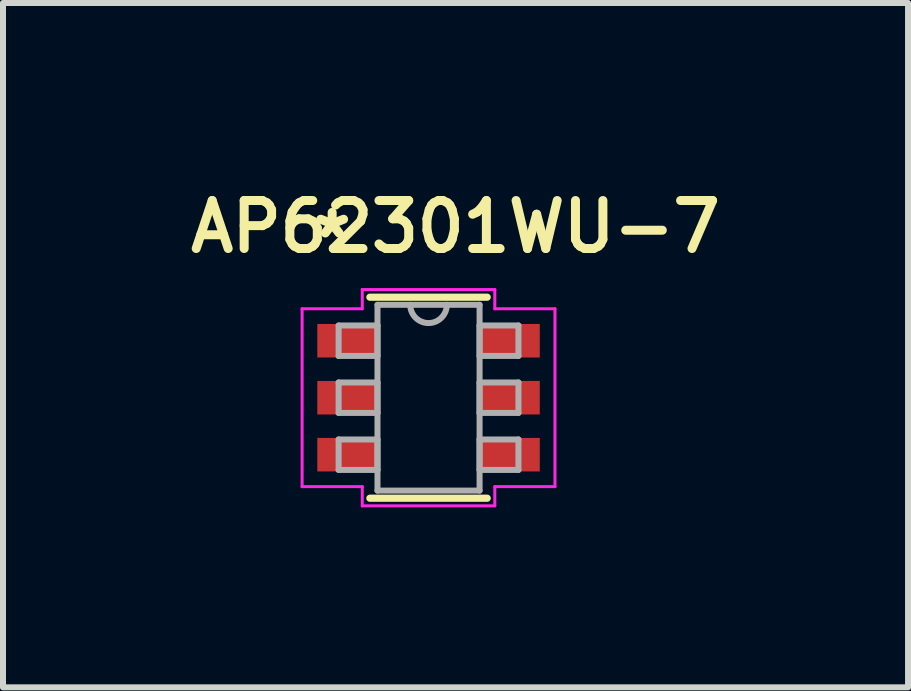
<source format=kicad_pcb>
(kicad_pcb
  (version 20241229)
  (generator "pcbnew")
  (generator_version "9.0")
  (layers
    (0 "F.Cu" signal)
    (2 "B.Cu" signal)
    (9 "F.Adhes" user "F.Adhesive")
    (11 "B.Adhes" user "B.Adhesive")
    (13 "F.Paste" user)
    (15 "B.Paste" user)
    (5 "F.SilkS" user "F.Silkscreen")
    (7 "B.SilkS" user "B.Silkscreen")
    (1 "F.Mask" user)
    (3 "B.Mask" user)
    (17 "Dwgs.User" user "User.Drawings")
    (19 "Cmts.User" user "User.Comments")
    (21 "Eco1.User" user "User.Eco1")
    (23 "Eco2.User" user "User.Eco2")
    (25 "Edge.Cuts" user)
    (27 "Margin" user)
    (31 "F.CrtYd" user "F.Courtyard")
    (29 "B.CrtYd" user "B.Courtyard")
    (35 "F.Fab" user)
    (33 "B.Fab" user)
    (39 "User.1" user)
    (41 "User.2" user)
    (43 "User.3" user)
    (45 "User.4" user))
  (footprint "AP62301WU-7"
    (layer "F.Cu")
    (at 4.095 3.581)
    (property "Reference" "AP62301WU-7" (at 0.45 -2.85 0) (layer "F.SilkS") (effects (font (size 0.8 0.8) (thickness 0.15))))
    (attr through_hole)
    (fp_line (start -0.978 1.676) (end 0.978 1.676) (stroke (width 0.12) (type solid)) (layer "F.SilkS"))
    (fp_line (start 0.978 -1.676) (end -0.978 -1.676) (stroke (width 0.12) (type solid)) (layer "F.SilkS"))
    (fp_line (start -2.108 -1.483) (end -1.105 -1.483) (stroke (width 0.05) (type solid)) (layer "F.CrtYd"))
    (fp_line (start -2.108 1.483) (end -2.108 -1.483) (stroke (width 0.05) (type solid)) (layer "F.CrtYd"))
    (fp_line (start -1.105 -1.803) (end 1.105 -1.803) (stroke (width 0.05) (type solid)) (layer "F.CrtYd"))
    (fp_line (start -1.105 -1.483) (end -1.105 -1.803) (stroke (width 0.05) (type solid)) (layer "F.CrtYd"))
    (fp_line (start -1.105 1.483) (end -2.108 1.483) (stroke (width 0.05) (type solid)) (layer "F.CrtYd"))
    (fp_line (start -1.105 1.803) (end -1.105 1.483) (stroke (width 0.05) (type solid)) (layer "F.CrtYd"))
    (fp_line (start 1.105 -1.803) (end 1.105 -1.483) (stroke (width 0.05) (type solid)) (layer "F.CrtYd"))
    (fp_line (start 1.105 1.483) (end 1.105 1.803) (stroke (width 0.05) (type solid)) (layer "F.CrtYd"))
    (fp_line (start 1.105 1.803) (end -1.105 1.803) (stroke (width 0.05) (type solid)) (layer "F.CrtYd"))
    (fp_line (start 2.108 -1.483) (end 1.105 -1.483) (stroke (width 0.05) (type solid)) (layer "F.CrtYd"))
    (fp_line (start 2.108 -1.483) (end 2.108 1.483) (stroke (width 0.05) (type solid)) (layer "F.CrtYd"))
    (fp_line (start 2.108 1.483) (end 1.105 1.483) (stroke (width 0.05) (type solid)) (layer "F.CrtYd"))
    (fp_line (start -1.499 -1.204) (end -1.499 -0.696) (stroke (width 0.1) (type solid)) (layer "F.Fab"))
    (fp_line (start -1.499 -0.696) (end -0.851 -0.696) (stroke (width 0.1) (type solid)) (layer "F.Fab"))
    (fp_line (start -1.499 -0.254) (end -1.499 0.254) (stroke (width 0.1) (type solid)) (layer "F.Fab"))
    (fp_line (start -1.499 0.254) (end -0.851 0.254) (stroke (width 0.1) (type solid)) (layer "F.Fab"))
    (fp_line (start -1.499 0.696) (end -1.499 1.204) (stroke (width 0.1) (type solid)) (layer "F.Fab"))
    (fp_line (start -1.499 1.204) (end -0.851 1.204) (stroke (width 0.1) (type solid)) (layer "F.Fab"))
    (fp_line (start -0.851 -1.549) (end -0.851 1.549) (stroke (width 0.1) (type solid)) (layer "F.Fab"))
    (fp_line (start -0.851 -1.204) (end -1.499 -1.204) (stroke (width 0.1) (type solid)) (layer "F.Fab"))
    (fp_line (start -0.851 -0.696) (end -0.851 -1.204) (stroke (width 0.1) (type solid)) (layer "F.Fab"))
    (fp_line (start -0.851 -0.254) (end -1.499 -0.254) (stroke (width 0.1) (type solid)) (layer "F.Fab"))
    (fp_line (start -0.851 0.254) (end -0.851 -0.254) (stroke (width 0.1) (type solid)) (layer "F.Fab"))
    (fp_line (start -0.851 0.696) (end -1.499 0.696) (stroke (width 0.1) (type solid)) (layer "F.Fab"))
    (fp_line (start -0.851 1.204) (end -0.851 0.696) (stroke (width 0.1) (type solid)) (layer "F.Fab"))
    (fp_line (start -0.851 1.549) (end 0.851 1.549) (stroke (width 0.1) (type solid)) (layer "F.Fab"))
    (fp_line (start 0.851 -1.549) (end -0.851 -1.549) (stroke (width 0.1) (type solid)) (layer "F.Fab"))
    (fp_line (start 0.851 -1.204) (end 0.851 -0.696) (stroke (width 0.1) (type solid)) (layer "F.Fab"))
    (fp_line (start 0.851 -0.696) (end 1.499 -0.696) (stroke (width 0.1) (type solid)) (layer "F.Fab"))
    (fp_line (start 0.851 -0.254) (end 0.851 0.254) (stroke (width 0.1) (type solid)) (layer "F.Fab"))
    (fp_line (start 0.851 0.254) (end 1.499 0.254) (stroke (width 0.1) (type solid)) (layer "F.Fab"))
    (fp_line (start 0.851 0.696) (end 0.851 1.204) (stroke (width 0.1) (type solid)) (layer "F.Fab"))
    (fp_line (start 0.851 1.204) (end 1.499 1.204) (stroke (width 0.1) (type solid)) (layer "F.Fab"))
    (fp_line (start 0.851 1.549) (end 0.851 -1.549) (stroke (width 0.1) (type solid)) (layer "F.Fab"))
    (fp_line (start 1.499 -1.204) (end 0.851 -1.204) (stroke (width 0.1) (type solid)) (layer "F.Fab"))
    (fp_line (start 1.499 -0.696) (end 1.499 -1.204) (stroke (width 0.1) (type solid)) (layer "F.Fab"))
    (fp_line (start 1.499 -0.254) (end 0.851 -0.254) (stroke (width 0.1) (type solid)) (layer "F.Fab"))
    (fp_line (start 1.499 0.254) (end 1.499 -0.254) (stroke (width 0.1) (type solid)) (layer "F.Fab"))
    (fp_line (start 1.499 0.696) (end 0.851 0.696) (stroke (width 0.1) (type solid)) (layer "F.Fab"))
    (fp_line (start 1.499 1.204) (end 1.499 0.696) (stroke (width 0.1) (type solid)) (layer "F.Fab"))
    (fp_arc (start 0.3048 -1.5494) (mid 0 -1.2446) (end -0.3048 -1.5494) (stroke (width 0.1) (type solid)) (layer "F.Fab"))
    (fp_text user "*" (at -1.607 -2.652 0) (layer "F.SilkS") (effects (font (size 0.8 0.8) (thickness 0.15))))
    (pad "1" smd rect (at -1.353 -0.95) (size 1.003 0.559) (layers "F.Cu" "F.Mask" "F.Paste"))
    (pad "2" smd rect (at -1.353 0) (size 1.003 0.559) (layers "F.Cu" "F.Mask" "F.Paste"))
    (pad "3" smd rect (at -1.353 0.95) (size 1.003 0.559) (layers "F.Cu" "F.Mask" "F.Paste"))
    (pad "4" smd rect (at 1.353 0.95) (size 1.003 0.559) (layers "F.Cu" "F.Mask" "F.Paste"))
    (pad "5" smd rect (at 1.353 0) (size 1.003 0.559) (layers "F.Cu" "F.Mask" "F.Paste"))
    (pad "6" smd rect (at 1.353 -0.95) (size 1.003 0.559) (layers "F.Cu" "F.Mask" "F.Paste")))
  (gr_rect
    (start -3 -3)
    (end 12.09 8.41)
    (stroke (width 0.1) (type default))
    (fill no)
    (layer "Edge.Cuts")))
</source>
